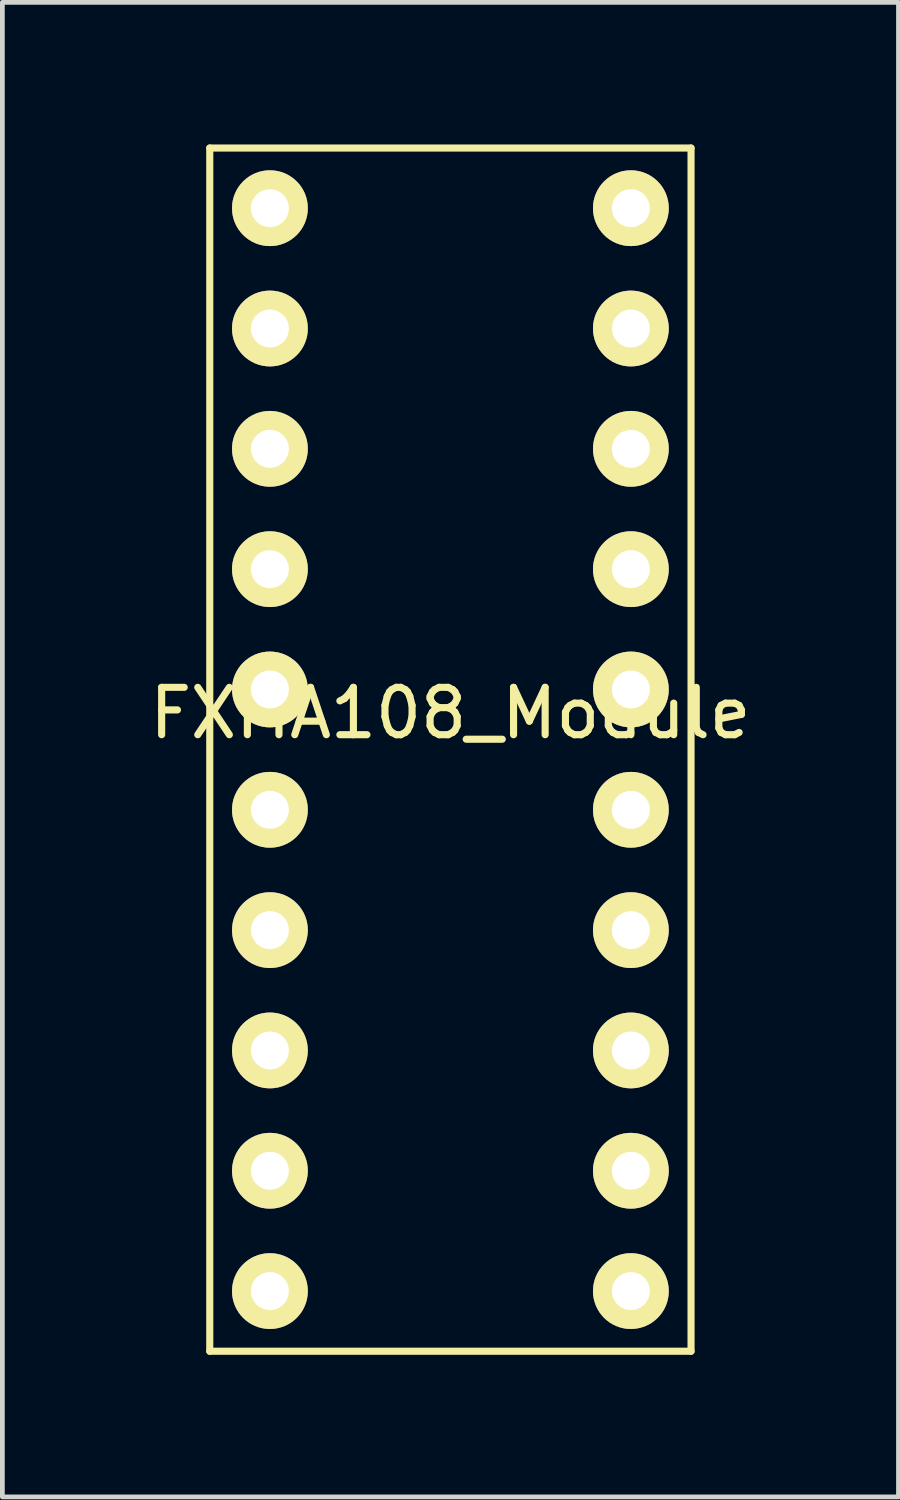
<source format=kicad_pcb>
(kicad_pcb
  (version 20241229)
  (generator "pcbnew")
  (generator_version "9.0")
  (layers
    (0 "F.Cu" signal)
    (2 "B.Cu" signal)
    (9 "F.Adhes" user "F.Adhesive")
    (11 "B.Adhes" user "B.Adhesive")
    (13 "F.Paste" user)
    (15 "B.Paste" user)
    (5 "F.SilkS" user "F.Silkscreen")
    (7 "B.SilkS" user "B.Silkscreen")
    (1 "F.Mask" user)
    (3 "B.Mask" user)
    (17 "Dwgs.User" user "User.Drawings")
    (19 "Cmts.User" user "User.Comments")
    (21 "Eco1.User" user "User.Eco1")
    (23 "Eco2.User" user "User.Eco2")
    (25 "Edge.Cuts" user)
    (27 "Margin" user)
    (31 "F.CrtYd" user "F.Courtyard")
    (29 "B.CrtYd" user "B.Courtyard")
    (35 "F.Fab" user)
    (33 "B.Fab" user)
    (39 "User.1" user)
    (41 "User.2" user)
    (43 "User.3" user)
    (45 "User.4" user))
  (footprint "FXMA108_Module"
    (layer "F.Cu")
    (at 6.458 12.775)
    (property "Reference" "FXMA108_Module" (at 0 -0.77 0) (layer "F.SilkS") (effects (font (size 1 1) (thickness 0.15))))
    (attr through_hole)
    (fp_line (start -5.08 -12.7) (end 5.08 -12.7) (stroke (width 0.15) (type solid)) (layer "F.SilkS"))
    (fp_line (start -5.08 12.7) (end -5.08 -12.7) (stroke (width 0.15) (type solid)) (layer "F.SilkS"))
    (fp_line (start 5.08 -12.7) (end 5.08 12.7) (stroke (width 0.15) (type solid)) (layer "F.SilkS"))
    (fp_line (start 5.08 12.7) (end -5.08 12.7) (stroke (width 0.15) (type solid)) (layer "F.SilkS"))
    (pad "1" thru_hole circle (at -3.81 -11.43) (size 1.6 1.6) (drill 0.8) (layers "*.Cu" "*.Mask" "F.SilkS"))
    (pad "2" thru_hole circle (at -3.81 -8.89) (size 1.6 1.6) (drill 0.8) (layers "*.Cu" "*.Mask" "F.SilkS"))
    (pad "3" thru_hole circle (at -3.81 -6.35) (size 1.6 1.6) (drill 0.8) (layers "*.Cu" "*.Mask" "F.SilkS"))
    (pad "4" thru_hole circle (at -3.81 -3.81) (size 1.6 1.6) (drill 0.8) (layers "*.Cu" "*.Mask" "F.SilkS"))
    (pad "5" thru_hole circle (at -3.81 -1.27) (size 1.6 1.6) (drill 0.8) (layers "*.Cu" "*.Mask" "F.SilkS"))
    (pad "6" thru_hole circle (at -3.81 1.27) (size 1.6 1.6) (drill 0.8) (layers "*.Cu" "*.Mask" "F.SilkS"))
    (pad "7" thru_hole circle (at -3.81 3.81) (size 1.6 1.6) (drill 0.8) (layers "*.Cu" "*.Mask" "F.SilkS"))
    (pad "8" thru_hole circle (at -3.81 6.35) (size 1.6 1.6) (drill 0.8) (layers "*.Cu" "*.Mask" "F.SilkS"))
    (pad "9" thru_hole circle (at -3.81 8.89) (size 1.6 1.6) (drill 0.8) (layers "*.Cu" "*.Mask" "F.SilkS"))
    (pad "10" thru_hole circle (at -3.81 11.43) (size 1.6 1.6) (drill 0.8) (layers "*.Cu" "*.Mask" "F.SilkS"))
    (pad "11" thru_hole circle (at 3.81 11.43) (size 1.6 1.6) (drill 0.8) (layers "*.Cu" "*.Mask" "F.SilkS"))
    (pad "12" thru_hole circle (at 3.81 8.89) (size 1.6 1.6) (drill 0.8) (layers "*.Cu" "*.Mask" "F.SilkS"))
    (pad "13" thru_hole circle (at 3.81 6.35) (size 1.6 1.6) (drill 0.8) (layers "*.Cu" "*.Mask" "F.SilkS"))
    (pad "14" thru_hole circle (at 3.81 3.81) (size 1.6 1.6) (drill 0.8) (layers "*.Cu" "*.Mask" "F.SilkS"))
    (pad "15" thru_hole circle (at 3.81 1.27) (size 1.6 1.6) (drill 0.8) (layers "*.Cu" "*.Mask" "F.SilkS"))
    (pad "16" thru_hole circle (at 3.81 -1.27) (size 1.6 1.6) (drill 0.8) (layers "*.Cu" "*.Mask" "F.SilkS"))
    (pad "17" thru_hole circle (at 3.81 -3.81) (size 1.6 1.6) (drill 0.8) (layers "*.Cu" "*.Mask" "F.SilkS"))
    (pad "18" thru_hole circle (at 3.81 -6.35) (size 1.6 1.6) (drill 0.8) (layers "*.Cu" "*.Mask" "F.SilkS"))
    (pad "19" thru_hole circle (at 3.81 -8.89) (size 1.6 1.6) (drill 0.8) (layers "*.Cu" "*.Mask" "F.SilkS"))
    (pad "20" thru_hole circle (at 3.81 -11.43) (size 1.6 1.6) (drill 0.8) (layers "*.Cu" "*.Mask" "F.SilkS")))
  (gr_rect
    (start -3 -3)
    (end 15.917 28.55)
    (stroke (width 0.1) (type default))
    (fill no)
    (layer "Edge.Cuts")))
</source>
